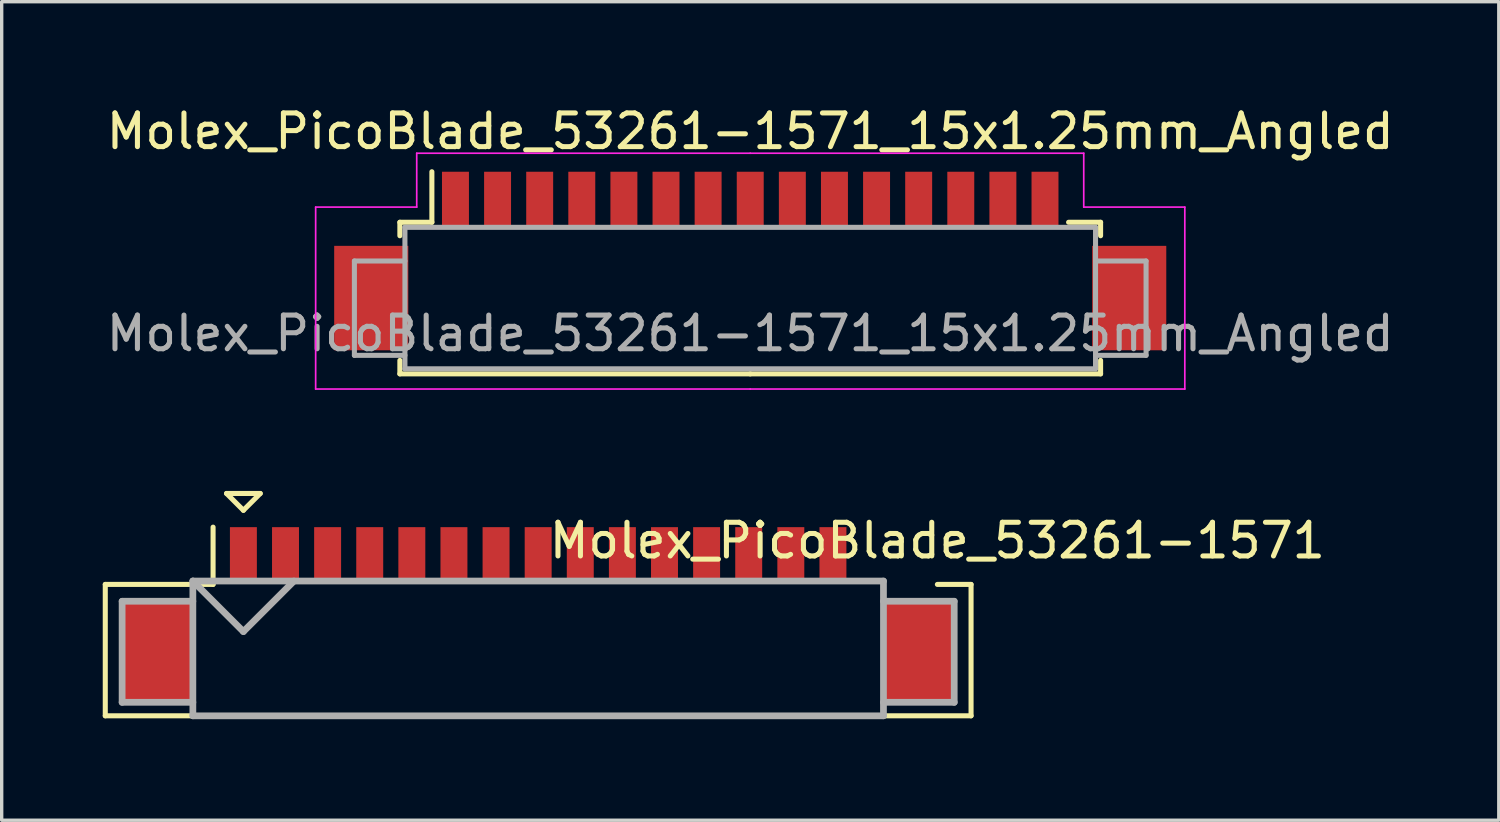
<source format=kicad_pcb>
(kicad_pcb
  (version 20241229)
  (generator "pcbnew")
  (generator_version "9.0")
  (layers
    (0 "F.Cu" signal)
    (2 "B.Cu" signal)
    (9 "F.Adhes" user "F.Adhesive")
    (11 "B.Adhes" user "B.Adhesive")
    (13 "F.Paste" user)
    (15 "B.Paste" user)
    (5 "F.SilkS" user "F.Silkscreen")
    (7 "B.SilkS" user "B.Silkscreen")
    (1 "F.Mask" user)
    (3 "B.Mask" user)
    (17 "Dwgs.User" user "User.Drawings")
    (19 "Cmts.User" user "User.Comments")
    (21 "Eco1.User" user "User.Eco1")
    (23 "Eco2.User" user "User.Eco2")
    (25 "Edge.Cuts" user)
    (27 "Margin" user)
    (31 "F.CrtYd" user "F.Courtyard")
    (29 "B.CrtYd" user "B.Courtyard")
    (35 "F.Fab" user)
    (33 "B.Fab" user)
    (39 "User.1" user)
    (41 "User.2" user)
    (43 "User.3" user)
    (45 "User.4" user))
  (footprint "Molex_PicoBlade_53261-1571"
    (layer "F.Cu")
    (at 12.925 16.298)
    (property "Reference" "Molex_PicoBlade_53261-1571" (at 11.85 -3.3 0) (layer "F.SilkS") (effects (font (size 1 1) (thickness 0.15))))
    (attr through_hole)
    (fp_line (start -12.85 -2) (end -12.85 1.9) (stroke (width 0.15) (type solid)) (layer "F.SilkS"))
    (fp_line (start -12.85 1.9) (end 12.85 1.9) (stroke (width 0.15) (type solid)) (layer "F.SilkS"))
    (fp_line (start -9.65 -3.7) (end -9.65 -2) (stroke (width 0.15) (type solid)) (layer "F.SilkS"))
    (fp_line (start -9.65 -2) (end -12.85 -2) (stroke (width 0.15) (type solid)) (layer "F.SilkS"))
    (fp_line (start -9.25 -4.7) (end -8.25 -4.7) (stroke (width 0.15) (type solid)) (layer "F.SilkS"))
    (fp_line (start -8.75 -4.2) (end -9.25 -4.7) (stroke (width 0.15) (type solid)) (layer "F.SilkS"))
    (fp_line (start -8.25 -4.7) (end -8.75 -4.2) (stroke (width 0.15) (type solid)) (layer "F.SilkS"))
    (fp_line (start 12.85 -2) (end 11.85 -2) (stroke (width 0.15) (type solid)) (layer "F.SilkS"))
    (fp_line (start 12.85 1.9) (end 12.85 -2) (stroke (width 0.15) (type solid)) (layer "F.SilkS"))
    (fp_line (start -12.35 -1.5) (end -12.35 1.5) (stroke (width 0.2) (type solid)) (layer "F.Fab"))
    (fp_line (start -12.35 1.5) (end -10.25 1.5) (stroke (width 0.2) (type solid)) (layer "F.Fab"))
    (fp_line (start -10.25 -2.1) (end -10.25 1.9) (stroke (width 0.2) (type solid)) (layer "F.Fab"))
    (fp_line (start -10.25 -2.1) (end -8.75 -0.6) (stroke (width 0.2) (type solid)) (layer "F.Fab"))
    (fp_line (start -10.25 -1.5) (end -12.35 -1.5) (stroke (width 0.2) (type solid)) (layer "F.Fab"))
    (fp_line (start -10.25 1.9) (end 10.25 1.9) (stroke (width 0.2) (type solid)) (layer "F.Fab"))
    (fp_line (start -8.75 -0.6) (end -7.25 -2.1) (stroke (width 0.2) (type solid)) (layer "F.Fab"))
    (fp_line (start 10.25 -2.1) (end -10.25 -2.1) (stroke (width 0.2) (type solid)) (layer "F.Fab"))
    (fp_line (start 10.25 -1.5) (end 12.35 -1.5) (stroke (width 0.2) (type solid)) (layer "F.Fab"))
    (fp_line (start 10.25 1.9) (end 10.25 -2.1) (stroke (width 0.2) (type solid)) (layer "F.Fab"))
    (fp_line (start 12.35 -1.5) (end 12.35 1.5) (stroke (width 0.2) (type solid)) (layer "F.Fab"))
    (fp_line (start 12.35 1.5) (end 10.25 1.5) (stroke (width 0.2) (type solid)) (layer "F.Fab"))
    (pad "" smd rect (at -11.3 0) (size 2.1 3) (layers "F.Cu" "F.Mask" "F.Paste"))
    (pad "" smd rect (at 11.3 0) (size 2.1 3) (layers "F.Cu" "F.Mask" "F.Paste"))
    (pad "1" smd rect (at -8.75 -2.9) (size 0.8 1.6) (layers "F.Cu" "F.Mask" "F.Paste"))
    (pad "2" smd rect (at -7.5 -2.9) (size 0.8 1.6) (layers "F.Cu" "F.Mask" "F.Paste"))
    (pad "3" smd rect (at -6.25 -2.9) (size 0.8 1.6) (layers "F.Cu" "F.Mask" "F.Paste"))
    (pad "4" smd rect (at -5 -2.9) (size 0.8 1.6) (layers "F.Cu" "F.Mask" "F.Paste"))
    (pad "5" smd rect (at -3.75 -2.9) (size 0.8 1.6) (layers "F.Cu" "F.Mask" "F.Paste"))
    (pad "6" smd rect (at -2.5 -2.9) (size 0.8 1.6) (layers "F.Cu" "F.Mask" "F.Paste"))
    (pad "7" smd rect (at -1.25 -2.9) (size 0.8 1.6) (layers "F.Cu" "F.Mask" "F.Paste"))
    (pad "8" smd rect (at 0 -2.9) (size 0.8 1.6) (layers "F.Cu" "F.Mask" "F.Paste"))
    (pad "9" smd rect (at 1.25 -2.9) (size 0.8 1.6) (layers "F.Cu" "F.Mask" "F.Paste"))
    (pad "10" smd rect (at 2.5 -2.9) (size 0.8 1.6) (layers "F.Cu" "F.Mask" "F.Paste"))
    (pad "11" smd rect (at 3.75 -2.9) (size 0.8 1.6) (layers "F.Cu" "F.Mask" "F.Paste"))
    (pad "12" smd rect (at 5 -2.9) (size 0.8 1.6) (layers "F.Cu" "F.Mask" "F.Paste"))
    (pad "13" smd rect (at 6.25 -2.9) (size 0.8 1.6) (layers "F.Cu" "F.Mask" "F.Paste"))
    (pad "14" smd rect (at 7.5 -2.9) (size 0.8 1.6) (layers "F.Cu" "F.Mask" "F.Paste"))
    (pad "15" smd rect (at 8.75 -2.9) (size 0.8 1.6) (layers "F.Cu" "F.Mask" "F.Paste")))
  (footprint "Molex_PicoBlade_53261-1571_15x1.25mm_Angled"
    (layer "F.Cu")
    (at 19.22 4.348)
    (property "Reference" "Molex_PicoBlade_53261-1571_15x1.25mm_Angled" (at 0 -3.5 0) (layer "F.SilkS") (effects (font (size 1 1) (thickness 0.15))))
    (attr smd)
    (fp_line (start -10.4 -0.8) (end -10.4 -0.4) (stroke (width 0.15) (type solid)) (layer "F.SilkS"))
    (fp_line (start -10.4 3.3) (end -10.4 3.7) (stroke (width 0.15) (type solid)) (layer "F.SilkS"))
    (fp_line (start -10.4 3.7) (end 0 3.7) (stroke (width 0.15) (type solid)) (layer "F.SilkS"))
    (fp_line (start -9.45 -0.8) (end -10.4 -0.8) (stroke (width 0.15) (type solid)) (layer "F.SilkS"))
    (fp_line (start -9.45 -0.8) (end -9.45 -2.3) (stroke (width 0.15) (type solid)) (layer "F.SilkS"))
    (fp_line (start 9.45 -0.8) (end 10.4 -0.8) (stroke (width 0.15) (type solid)) (layer "F.SilkS"))
    (fp_line (start 10.4 -0.8) (end 10.4 -0.4) (stroke (width 0.15) (type solid)) (layer "F.SilkS"))
    (fp_line (start 10.4 3.3) (end 10.4 3.7) (stroke (width 0.15) (type solid)) (layer "F.SilkS"))
    (fp_line (start 10.4 3.7) (end 0 3.7) (stroke (width 0.15) (type solid)) (layer "F.SilkS"))
    (fp_line (start -12.9 -1.25) (end -12.9 4.15) (stroke (width 0.05) (type solid)) (layer "F.CrtYd"))
    (fp_line (start -12.9 4.15) (end 0 4.15) (stroke (width 0.05) (type solid)) (layer "F.CrtYd"))
    (fp_line (start -9.9 -2.85) (end -9.9 -1.25) (stroke (width 0.05) (type solid)) (layer "F.CrtYd"))
    (fp_line (start -9.9 -1.25) (end -12.9 -1.25) (stroke (width 0.05) (type solid)) (layer "F.CrtYd"))
    (fp_line (start 0 -2.85) (end -9.9 -2.85) (stroke (width 0.05) (type solid)) (layer "F.CrtYd"))
    (fp_line (start 0 -2.85) (end 9.9 -2.85) (stroke (width 0.05) (type solid)) (layer "F.CrtYd"))
    (fp_line (start 9.9 -2.85) (end 9.9 -1.25) (stroke (width 0.05) (type solid)) (layer "F.CrtYd"))
    (fp_line (start 9.9 -1.25) (end 12.9 -1.25) (stroke (width 0.05) (type solid)) (layer "F.CrtYd"))
    (fp_line (start 12.9 -1.25) (end 12.9 4.15) (stroke (width 0.05) (type solid)) (layer "F.CrtYd"))
    (fp_line (start 12.9 4.15) (end 0 4.15) (stroke (width 0.05) (type solid)) (layer "F.CrtYd"))
    (fp_line (start -11.75 0.35) (end -11.75 3.15) (stroke (width 0.15) (type solid)) (layer "F.Fab"))
    (fp_line (start -11.75 3.15) (end -10.25 3.15) (stroke (width 0.15) (type solid)) (layer "F.Fab"))
    (fp_line (start -10.25 -0.65) (end 10.25 -0.65) (stroke (width 0.15) (type solid)) (layer "F.Fab"))
    (fp_line (start -10.25 0.35) (end -11.75 0.35) (stroke (width 0.15) (type solid)) (layer "F.Fab"))
    (fp_line (start -10.25 3.55) (end -10.25 -0.65) (stroke (width 0.15) (type solid)) (layer "F.Fab"))
    (fp_line (start 10.25 -0.65) (end 10.25 3.55) (stroke (width 0.15) (type solid)) (layer "F.Fab"))
    (fp_line (start 10.25 0.35) (end 11.75 0.35) (stroke (width 0.15) (type solid)) (layer "F.Fab"))
    (fp_line (start 10.25 3.55) (end -10.25 3.55) (stroke (width 0.15) (type solid)) (layer "F.Fab"))
    (fp_line (start 11.75 0.35) (end 11.75 3.15) (stroke (width 0.15) (type solid)) (layer "F.Fab"))
    (fp_line (start 11.75 3.15) (end 10.25 3.15) (stroke (width 0.15) (type solid)) (layer "F.Fab"))
    (fp_text user "${REFERENCE}" (at 0 2.5 0) (layer "F.Fab") (effects (font (size 1 1) (thickness 0.15))))
    (pad "" smd rect (at -11.25 1.45) (size 2.2 3.1) (layers "F.Cu" "F.Mask" "F.Paste"))
    (pad "" smd rect (at 11.25 1.45) (size 2.2 3.1) (layers "F.Cu" "F.Mask" "F.Paste"))
    (pad "1" smd rect (at -8.75 -1.45) (size 0.8 1.7) (layers "F.Cu" "F.Mask" "F.Paste"))
    (pad "2" smd rect (at -7.5 -1.45) (size 0.8 1.7) (layers "F.Cu" "F.Mask" "F.Paste"))
    (pad "3" smd rect (at -6.25 -1.45) (size 0.8 1.7) (layers "F.Cu" "F.Mask" "F.Paste"))
    (pad "4" smd rect (at -5 -1.45) (size 0.8 1.7) (layers "F.Cu" "F.Mask" "F.Paste"))
    (pad "5" smd rect (at -3.75 -1.45) (size 0.8 1.7) (layers "F.Cu" "F.Mask" "F.Paste"))
    (pad "6" smd rect (at -2.5 -1.45) (size 0.8 1.7) (layers "F.Cu" "F.Mask" "F.Paste"))
    (pad "7" smd rect (at -1.25 -1.45) (size 0.8 1.7) (layers "F.Cu" "F.Mask" "F.Paste"))
    (pad "8" smd rect (at 0 -1.45) (size 0.8 1.7) (layers "F.Cu" "F.Mask" "F.Paste"))
    (pad "9" smd rect (at 1.25 -1.45) (size 0.8 1.7) (layers "F.Cu" "F.Mask" "F.Paste"))
    (pad "10" smd rect (at 2.5 -1.45) (size 0.8 1.7) (layers "F.Cu" "F.Mask" "F.Paste"))
    (pad "11" smd rect (at 3.75 -1.45) (size 0.8 1.7) (layers "F.Cu" "F.Mask" "F.Paste"))
    (pad "12" smd rect (at 5 -1.45) (size 0.8 1.7) (layers "F.Cu" "F.Mask" "F.Paste"))
    (pad "13" smd rect (at 6.25 -1.45) (size 0.8 1.7) (layers "F.Cu" "F.Mask" "F.Paste"))
    (pad "14" smd rect (at 7.5 -1.45) (size 0.8 1.7) (layers "F.Cu" "F.Mask" "F.Paste"))
    (pad "15" smd rect (at 8.75 -1.45) (size 0.8 1.7) (layers "F.Cu" "F.Mask" "F.Paste")))
  (gr_rect
    (start -3 -3)
    (end 41.44 21.298)
    (stroke (width 0.1) (type default))
    (fill no)
    (layer "Edge.Cuts")))
</source>
